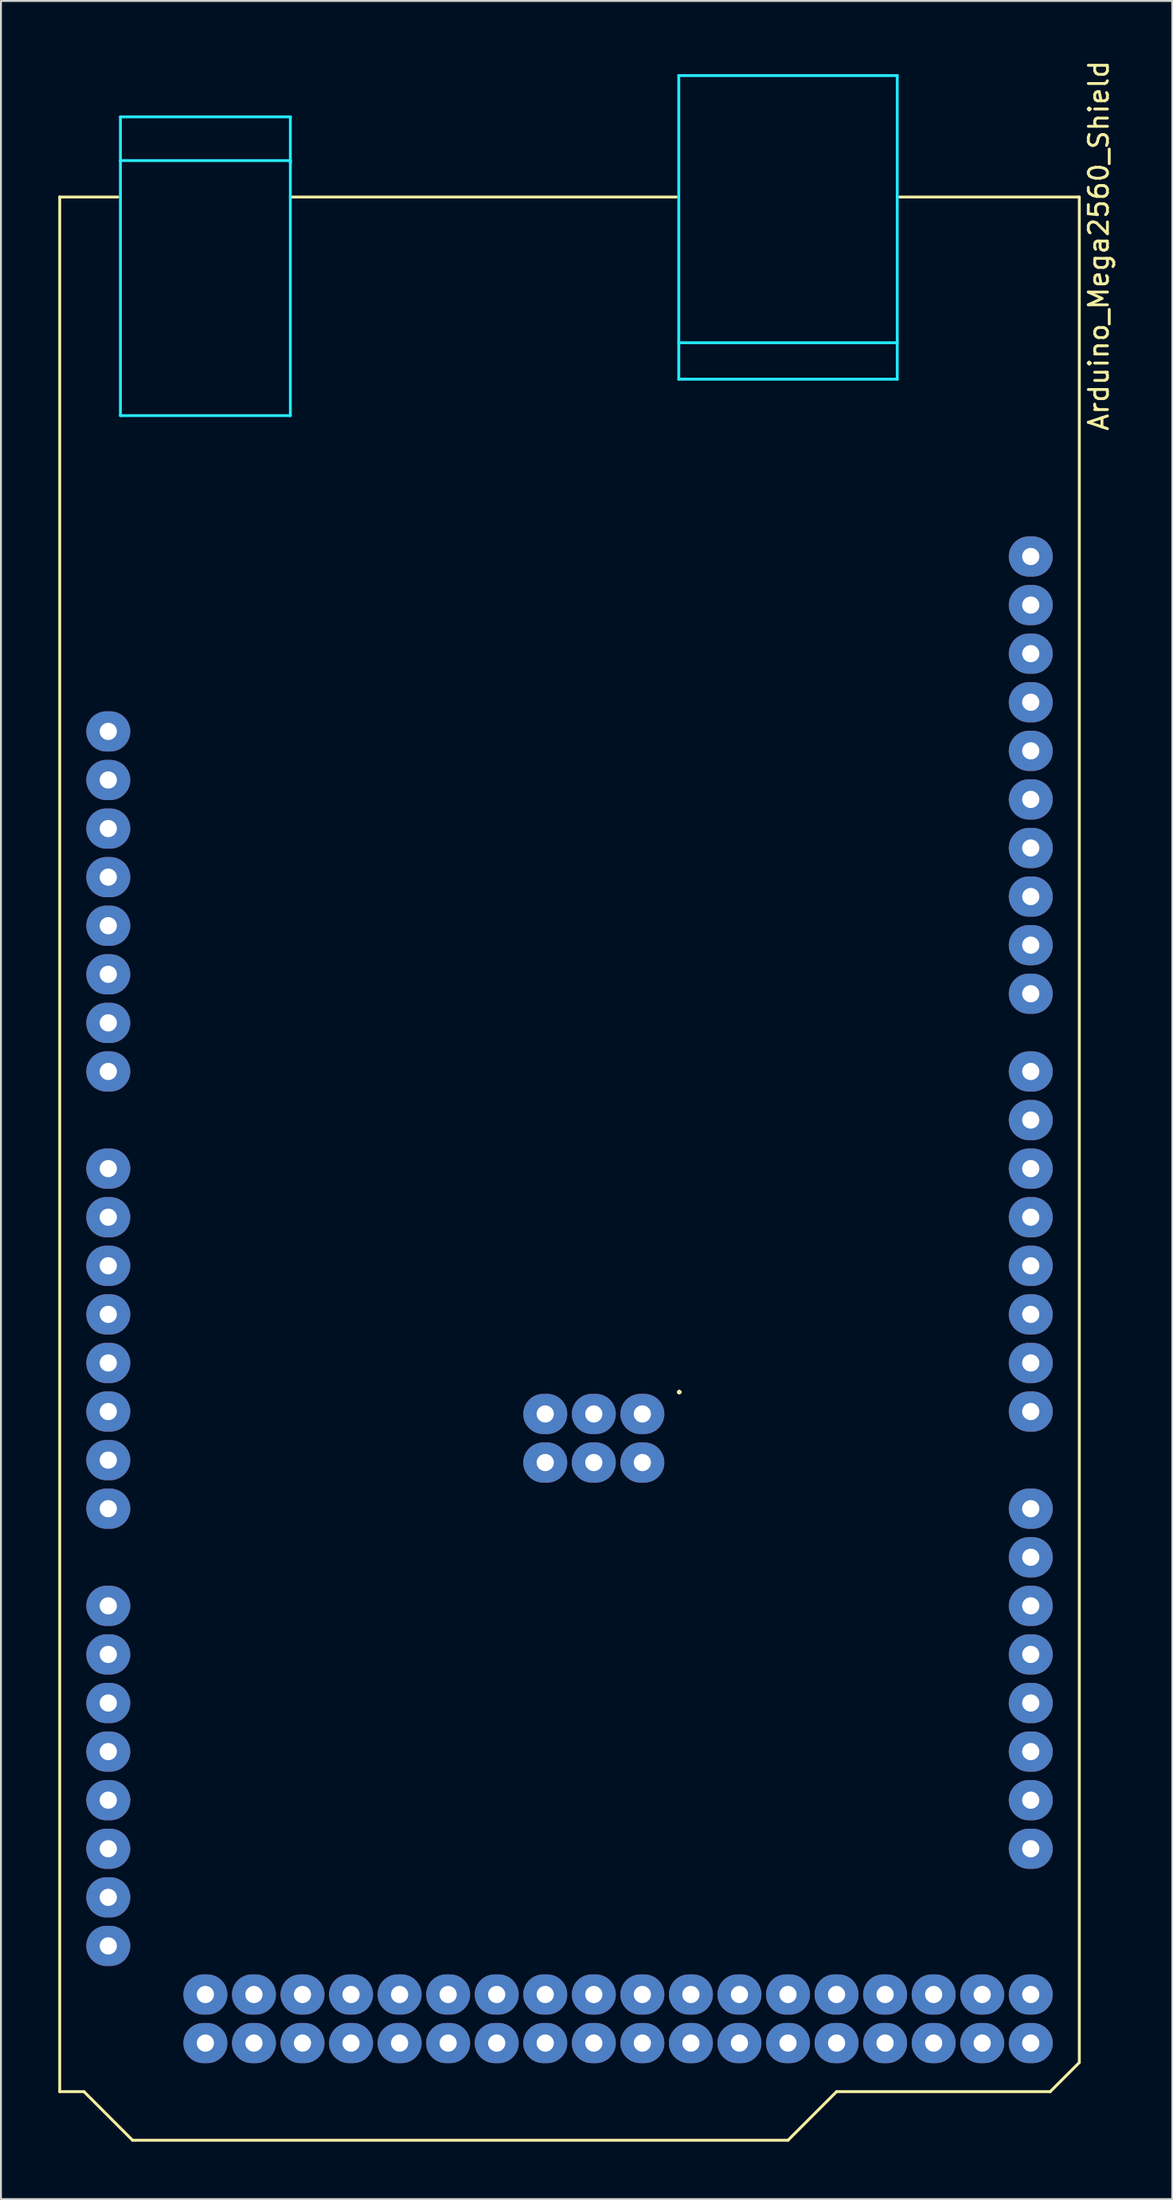
<source format=kicad_pcb>
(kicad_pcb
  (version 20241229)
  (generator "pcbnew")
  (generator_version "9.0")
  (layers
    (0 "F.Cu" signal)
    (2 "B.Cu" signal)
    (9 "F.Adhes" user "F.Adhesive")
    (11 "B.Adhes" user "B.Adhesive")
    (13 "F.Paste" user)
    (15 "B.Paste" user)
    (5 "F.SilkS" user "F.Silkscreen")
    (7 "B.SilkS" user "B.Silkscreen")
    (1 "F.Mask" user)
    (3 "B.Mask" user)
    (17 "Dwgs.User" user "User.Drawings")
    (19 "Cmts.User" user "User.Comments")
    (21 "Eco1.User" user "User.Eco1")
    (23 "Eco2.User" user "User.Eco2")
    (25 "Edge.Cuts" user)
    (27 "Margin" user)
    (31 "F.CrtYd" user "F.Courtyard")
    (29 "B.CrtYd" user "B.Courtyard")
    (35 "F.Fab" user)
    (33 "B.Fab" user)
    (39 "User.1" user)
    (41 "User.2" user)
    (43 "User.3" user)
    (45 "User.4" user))
  (footprint "Arduino_Mega2560_Shield"
    (layer "F.Cu")
    (at 45.02 34.569)
    (property "Reference" "Arduino_Mega2560_Shield" (at 9.411 -24.778 270) (layer "F.SilkS") (effects (font (size 1 1) (thickness 0.15))))
    (attr through_hole)
    (fp_line (start -44.945 -27.318) (end -44.945 71.742) (stroke (width 0.15) (type solid)) (layer "F.SilkS"))
    (fp_line (start -44.945 -27.318) (end -41.897 -27.318) (stroke (width 0.15) (type solid)) (layer "F.SilkS"))
    (fp_line (start -44.945 71.742) (end -43.675 71.742) (stroke (width 0.15) (type solid)) (layer "F.SilkS"))
    (fp_line (start -43.675 71.742) (end -41.135 74.282) (stroke (width 0.15) (type solid)) (layer "F.SilkS"))
    (fp_line (start -41.135 74.282) (end -6.845 74.282) (stroke (width 0.15) (type solid)) (layer "F.SilkS"))
    (fp_line (start -32.88 -27.318) (end -12.687 -27.318) (stroke (width 0.15) (type solid)) (layer "F.SilkS"))
    (fp_line (start -6.845 74.282) (end -4.305 71.742) (stroke (width 0.15) (type solid)) (layer "F.SilkS"))
    (fp_line (start -4.305 71.742) (end 6.871 71.742) (stroke (width 0.15) (type solid)) (layer "F.SilkS"))
    (fp_line (start 8.395 -27.318) (end -1.003 -27.318) (stroke (width 0.15) (type solid)) (layer "F.SilkS"))
    (fp_line (start 8.395 -27.318) (end 8.395 70.218) (stroke (width 0.15) (type solid)) (layer "F.SilkS"))
    (fp_line (start 8.395 70.218) (end 6.871 71.742) (stroke (width 0.15) (type solid)) (layer "F.SilkS"))
    (fp_line (start -41.77 -31.509) (end -32.88 -31.509) (stroke (width 0.15) (type solid)) (layer "B.CrtYd"))
    (fp_line (start -41.77 -29.223) (end -41.77 -31.509) (stroke (width 0.15) (type solid)) (layer "B.CrtYd"))
    (fp_line (start -41.77 -29.223) (end -41.77 -15.888) (stroke (width 0.15) (type solid)) (layer "B.CrtYd"))
    (fp_line (start -32.88 -31.509) (end -32.88 -29.096) (stroke (width 0.15) (type solid)) (layer "B.CrtYd"))
    (fp_line (start -32.88 -29.223) (end -41.77 -29.223) (stroke (width 0.15) (type solid)) (layer "B.CrtYd"))
    (fp_line (start -32.88 -29.223) (end -32.88 -15.888) (stroke (width 0.15) (type solid)) (layer "B.CrtYd"))
    (fp_line (start -32.88 -15.888) (end -41.77 -15.888) (stroke (width 0.15) (type solid)) (layer "B.CrtYd"))
    (fp_line (start -12.56 -17.793) (end -12.56 -33.668) (stroke (width 0.15) (type solid)) (layer "B.CrtYd"))
    (fp_line (start -1.13 -33.668) (end -12.56 -33.668) (stroke (width 0.15) (type solid)) (layer "B.CrtYd"))
    (fp_line (start -1.13 -19.698) (end -12.56 -19.698) (stroke (width 0.15) (type solid)) (layer "B.CrtYd"))
    (fp_line (start -1.13 -17.793) (end -12.56 -17.793) (stroke (width 0.15) (type solid)) (layer "B.CrtYd"))
    (fp_line (start -1.13 -17.793) (end -1.13 -33.668) (stroke (width 0.15) (type solid)) (layer "B.CrtYd"))
    (fp_text user "." (at -12.941 35.166 270) (layer "F.SilkS") (effects (font (size 1 1) (thickness 0.15))))
    (pad "" thru_hole oval (at -42.405 0.622 270) (size 2.1 2.3) (drill 0.9) (layers "*.Cu" "*.Mask"))
    (pad "0" thru_hole oval (at 5.855 36.182 270) (size 2.1 2.3) (drill 0.9) (layers "*.Cu" "*.Mask"))
    (pad "1" thru_hole oval (at 5.855 33.642 270) (size 2.1 2.3) (drill 0.9) (layers "*.Cu" "*.Mask"))
    (pad "2" thru_hole oval (at 5.855 31.102 270) (size 2.1 2.3) (drill 0.9) (layers "*.Cu" "*.Mask"))
    (pad "3" thru_hole oval (at 5.855 28.562 270) (size 2.1 2.3) (drill 0.9) (layers "*.Cu" "*.Mask"))
    (pad "3V3" thru_hole oval (at -42.405 8.242 270) (size 2.1 2.3) (drill 0.9) (layers "*.Cu" "*.Mask"))
    (pad "4" thru_hole oval (at 5.855 26.022 270) (size 2.1 2.3) (drill 0.9) (layers "*.Cu" "*.Mask"))
    (pad "5" thru_hole oval (at 5.855 23.482 270) (size 2.1 2.3) (drill 0.9) (layers "*.Cu" "*.Mask"))
    (pad "5V1" thru_hole oval (at -42.405 10.782 270) (size 2.1 2.3) (drill 0.9) (layers "*.Cu" "*.Mask"))
    (pad "5V2" thru_hole oval (at 5.855 66.662 270) (size 2.1 2.3) (drill 0.9) (layers "*.Cu" "*.Mask"))
    (pad "5V3" thru_hole oval (at 5.855 69.202 270) (size 2.1 2.3) (drill 0.9) (layers "*.Cu" "*.Mask"))
    (pad "5V4" thru_hole oval (at -14.465 38.849 270) (size 2.1 2.3) (drill 0.9) (layers "*.Cu" "*.Mask"))
    (pad "6" thru_hole oval (at 5.855 20.942 270) (size 2.1 2.3) (drill 0.9) (layers "*.Cu" "*.Mask"))
    (pad "7" thru_hole oval (at 5.855 18.402 270) (size 2.1 2.3) (drill 0.9) (layers "*.Cu" "*.Mask"))
    (pad "8" thru_hole oval (at 5.855 14.338 270) (size 2.1 2.3) (drill 0.9) (layers "*.Cu" "*.Mask"))
    (pad "9" thru_hole oval (at 5.855 11.798 270) (size 2.1 2.3) (drill 0.9) (layers "*.Cu" "*.Mask"))
    (pad "10" thru_hole oval (at 5.855 9.258 270) (size 2.1 2.3) (drill 0.9) (layers "*.Cu" "*.Mask"))
    (pad "11" thru_hole oval (at 5.855 6.718 270) (size 2.1 2.3) (drill 0.9) (layers "*.Cu" "*.Mask"))
    (pad "12" thru_hole oval (at 5.855 4.178 270) (size 2.1 2.3) (drill 0.9) (layers "*.Cu" "*.Mask"))
    (pad "13" thru_hole oval (at 5.855 1.638 270) (size 2.1 2.3) (drill 0.9) (layers "*.Cu" "*.Mask"))
    (pad "14" thru_hole oval (at 5.855 41.262 270) (size 2.1 2.3) (drill 0.9) (layers "*.Cu" "*.Mask"))
    (pad "15" thru_hole oval (at 5.855 43.802 270) (size 2.1 2.3) (drill 0.9) (layers "*.Cu" "*.Mask"))
    (pad "16" thru_hole oval (at 5.855 46.342 270) (size 2.1 2.3) (drill 0.9) (layers "*.Cu" "*.Mask"))
    (pad "17" thru_hole oval (at 5.855 48.882 270) (size 2.1 2.3) (drill 0.9) (layers "*.Cu" "*.Mask"))
    (pad "18" thru_hole oval (at 5.855 51.422 270) (size 2.1 2.3) (drill 0.9) (layers "*.Cu" "*.Mask"))
    (pad "19" thru_hole oval (at 5.855 53.962 270) (size 2.1 2.3) (drill 0.9) (layers "*.Cu" "*.Mask"))
    (pad "20" thru_hole oval (at 5.855 56.502 270) (size 2.1 2.3) (drill 0.9) (layers "*.Cu" "*.Mask"))
    (pad "21" thru_hole oval (at 5.855 59.042 270) (size 2.1 2.3) (drill 0.9) (layers "*.Cu" "*.Mask"))
    (pad "22" thru_hole oval (at 3.315 66.662 270) (size 2.1 2.3) (drill 0.9) (layers "*.Cu" "*.Mask"))
    (pad "23" thru_hole oval (at 3.315 69.202 270) (size 2.1 2.3) (drill 0.9) (layers "*.Cu" "*.Mask"))
    (pad "24" thru_hole oval (at 0.775 66.662 270) (size 2.1 2.3) (drill 0.9) (layers "*.Cu" "*.Mask"))
    (pad "25" thru_hole oval (at 0.775 69.202 270) (size 2.1 2.3) (drill 0.9) (layers "*.Cu" "*.Mask"))
    (pad "26" thru_hole oval (at -1.765 66.662 270) (size 2.1 2.3) (drill 0.9) (layers "*.Cu" "*.Mask"))
    (pad "27" thru_hole oval (at -1.765 69.202 270) (size 2.1 2.3) (drill 0.9) (layers "*.Cu" "*.Mask"))
    (pad "28" thru_hole oval (at -4.305 66.662 270) (size 2.1 2.3) (drill 0.9) (layers "*.Cu" "*.Mask"))
    (pad "29" thru_hole oval (at -4.305 69.202 270) (size 2.1 2.3) (drill 0.9) (layers "*.Cu" "*.Mask"))
    (pad "30" thru_hole oval (at -6.845 66.662 270) (size 2.1 2.3) (drill 0.9) (layers "*.Cu" "*.Mask"))
    (pad "31" thru_hole oval (at -6.845 69.202 270) (size 2.1 2.3) (drill 0.9) (layers "*.Cu" "*.Mask"))
    (pad "32" thru_hole oval (at -9.385 66.662 270) (size 2.1 2.3) (drill 0.9) (layers "*.Cu" "*.Mask"))
    (pad "33" thru_hole oval (at -9.385 69.202 270) (size 2.1 2.3) (drill 0.9) (layers "*.Cu" "*.Mask"))
    (pad "34" thru_hole oval (at -11.925 66.662 270) (size 2.1 2.3) (drill 0.9) (layers "*.Cu" "*.Mask"))
    (pad "35" thru_hole oval (at -11.925 69.202 270) (size 2.1 2.3) (drill 0.9) (layers "*.Cu" "*.Mask"))
    (pad "36" thru_hole oval (at -14.465 66.662 270) (size 2.1 2.3) (drill 0.9) (layers "*.Cu" "*.Mask"))
    (pad "37" thru_hole oval (at -14.465 69.202 270) (size 2.1 2.3) (drill 0.9) (layers "*.Cu" "*.Mask"))
    (pad "38" thru_hole oval (at -17.005 66.662 270) (size 2.1 2.3) (drill 0.9) (layers "*.Cu" "*.Mask"))
    (pad "39" thru_hole oval (at -17.005 69.202 270) (size 2.1 2.3) (drill 0.9) (layers "*.Cu" "*.Mask"))
    (pad "40" thru_hole oval (at -19.545 66.662 270) (size 2.1 2.3) (drill 0.9) (layers "*.Cu" "*.Mask"))
    (pad "41" thru_hole oval (at -19.545 69.202 270) (size 2.1 2.3) (drill 0.9) (layers "*.Cu" "*.Mask"))
    (pad "42" thru_hole oval (at -22.085 66.662 270) (size 2.1 2.3) (drill 0.9) (layers "*.Cu" "*.Mask"))
    (pad "43" thru_hole oval (at -22.085 69.202 270) (size 2.1 2.3) (drill 0.9) (layers "*.Cu" "*.Mask"))
    (pad "44" thru_hole oval (at -24.625 66.662 270) (size 2.1 2.3) (drill 0.9) (layers "*.Cu" "*.Mask"))
    (pad "45" thru_hole oval (at -24.625 69.202 270) (size 2.1 2.3) (drill 0.9) (layers "*.Cu" "*.Mask"))
    (pad "46" thru_hole oval (at -27.165 66.662 270) (size 2.1 2.3) (drill 0.9) (layers "*.Cu" "*.Mask"))
    (pad "47" thru_hole oval (at -27.165 69.202 270) (size 2.1 2.3) (drill 0.9) (layers "*.Cu" "*.Mask"))
    (pad "48" thru_hole oval (at -29.705 66.662 270) (size 2.1 2.3) (drill 0.9) (layers "*.Cu" "*.Mask"))
    (pad "49" thru_hole oval (at -29.705 69.202 270) (size 2.1 2.3) (drill 0.9) (layers "*.Cu" "*.Mask"))
    (pad "50" thru_hole oval (at -32.245 66.662 270) (size 2.1 2.3) (drill 0.9) (layers "*.Cu" "*.Mask"))
    (pad "51" thru_hole oval (at -32.245 69.202 270) (size 2.1 2.3) (drill 0.9) (layers "*.Cu" "*.Mask"))
    (pad "52" thru_hole oval (at -34.785 66.662 270) (size 2.1 2.3) (drill 0.9) (layers "*.Cu" "*.Mask"))
    (pad "53" thru_hole oval (at -34.785 69.202 270) (size 2.1 2.3) (drill 0.9) (layers "*.Cu" "*.Mask"))
    (pad "A0" thru_hole oval (at -42.405 23.482 270) (size 2.1 2.3) (drill 0.9) (layers "*.Cu" "*.Mask"))
    (pad "A1" thru_hole oval (at -42.405 26.022 270) (size 2.1 2.3) (drill 0.9) (layers "*.Cu" "*.Mask"))
    (pad "A2" thru_hole oval (at -42.405 28.562 270) (size 2.1 2.3) (drill 0.9) (layers "*.Cu" "*.Mask"))
    (pad "A3" thru_hole oval (at -42.405 31.102 270) (size 2.1 2.3) (drill 0.9) (layers "*.Cu" "*.Mask"))
    (pad "A4" thru_hole oval (at -42.405 33.642 270) (size 2.1 2.3) (drill 0.9) (layers "*.Cu" "*.Mask"))
    (pad "A5" thru_hole oval (at -42.405 36.182 270) (size 2.1 2.3) (drill 0.9) (layers "*.Cu" "*.Mask"))
    (pad "A6" thru_hole oval (at -42.405 38.722 270) (size 2.1 2.3) (drill 0.9) (layers "*.Cu" "*.Mask"))
    (pad "A7" thru_hole oval (at -42.405 41.262 270) (size 2.1 2.3) (drill 0.9) (layers "*.Cu" "*.Mask"))
    (pad "A8" thru_hole oval (at -42.405 46.342 270) (size 2.1 2.3) (drill 0.9) (layers "*.Cu" "*.Mask"))
    (pad "A9" thru_hole oval (at -42.405 48.882 270) (size 2.1 2.3) (drill 0.9) (layers "*.Cu" "*.Mask"))
    (pad "A10" thru_hole oval (at -42.405 51.422 270) (size 2.1 2.3) (drill 0.9) (layers "*.Cu" "*.Mask"))
    (pad "A11" thru_hole oval (at -42.405 53.962 270) (size 2.1 2.3) (drill 0.9) (layers "*.Cu" "*.Mask"))
    (pad "A12" thru_hole oval (at -42.405 56.502 270) (size 2.1 2.3) (drill 0.9) (layers "*.Cu" "*.Mask"))
    (pad "A13" thru_hole oval (at -42.405 59.042 270) (size 2.1 2.3) (drill 0.9) (layers "*.Cu" "*.Mask"))
    (pad "A14" thru_hole oval (at -42.405 61.582 270) (size 2.1 2.3) (drill 0.9) (layers "*.Cu" "*.Mask"))
    (pad "A15" thru_hole oval (at -42.405 64.122 270) (size 2.1 2.3) (drill 0.9) (layers "*.Cu" "*.Mask"))
    (pad "AREF" thru_hole oval (at 5.855 -3.442 270) (size 2.1 2.3) (drill 0.9) (layers "*.Cu" "*.Mask"))
    (pad "GND1" thru_hole oval (at -42.405 13.322 270) (size 2.1 2.3) (drill 0.9) (layers "*.Cu" "*.Mask"))
    (pad "GND2" thru_hole oval (at -42.405 15.862 270) (size 2.1 2.3) (drill 0.9) (layers "*.Cu" "*.Mask"))
    (pad "GND3" thru_hole oval (at -37.325 66.662 270) (size 2.1 2.3) (drill 0.9) (layers "*.Cu" "*.Mask"))
    (pad "GND4" thru_hole oval (at -37.325 69.202 270) (size 2.1 2.3) (drill 0.9) (layers "*.Cu" "*.Mask"))
    (pad "GND5" thru_hole oval (at 5.855 -0.902 270) (size 2.1 2.3) (drill 0.9) (layers "*.Cu" "*.Mask"))
    (pad "GND6" thru_hole oval (at -19.545 38.849 270) (size 2.1 2.3) (drill 0.9) (layers "*.Cu" "*.Mask"))
    (pad "IORF" thru_hole oval (at -42.405 3.162 270) (size 2.1 2.3) (drill 0.9) (layers "*.Cu" "*.Mask"))
    (pad "MISO" thru_hole oval (at -14.465 36.309 270) (size 2.1 2.3) (drill 0.9) (layers "*.Cu" "*.Mask"))
    (pad "MOSI" thru_hole oval (at -17.005 38.849 270) (size 2.1 2.3) (drill 0.9) (layers "*.Cu" "*.Mask"))
    (pad "RST1" thru_hole oval (at -42.405 5.702 270) (size 2.1 2.3) (drill 0.9) (layers "*.Cu" "*.Mask"))
    (pad "RST2" thru_hole oval (at -19.545 36.309 270) (size 2.1 2.3) (drill 0.9) (layers "*.Cu" "*.Mask"))
    (pad "SCK" thru_hole oval (at -17.005 36.309 270) (size 2.1 2.3) (drill 0.9) (layers "*.Cu" "*.Mask"))
    (pad "SCL" thru_hole oval (at 5.855 -8.522 270) (size 2.1 2.3) (drill 0.9) (layers "*.Cu" "*.Mask"))
    (pad "SDA" thru_hole oval (at 5.855 -5.982 270) (size 2.1 2.3) (drill 0.9) (layers "*.Cu" "*.Mask"))
    (pad "VIN" thru_hole oval (at -42.405 18.402 270) (size 2.1 2.3) (drill 0.9) (layers "*.Cu" "*.Mask")))
  (gr_rect
    (start -3 -3)
    (end 58.279 111.927)
    (stroke (width 0.1) (type default))
    (fill no)
    (layer "Edge.Cuts")))
</source>
